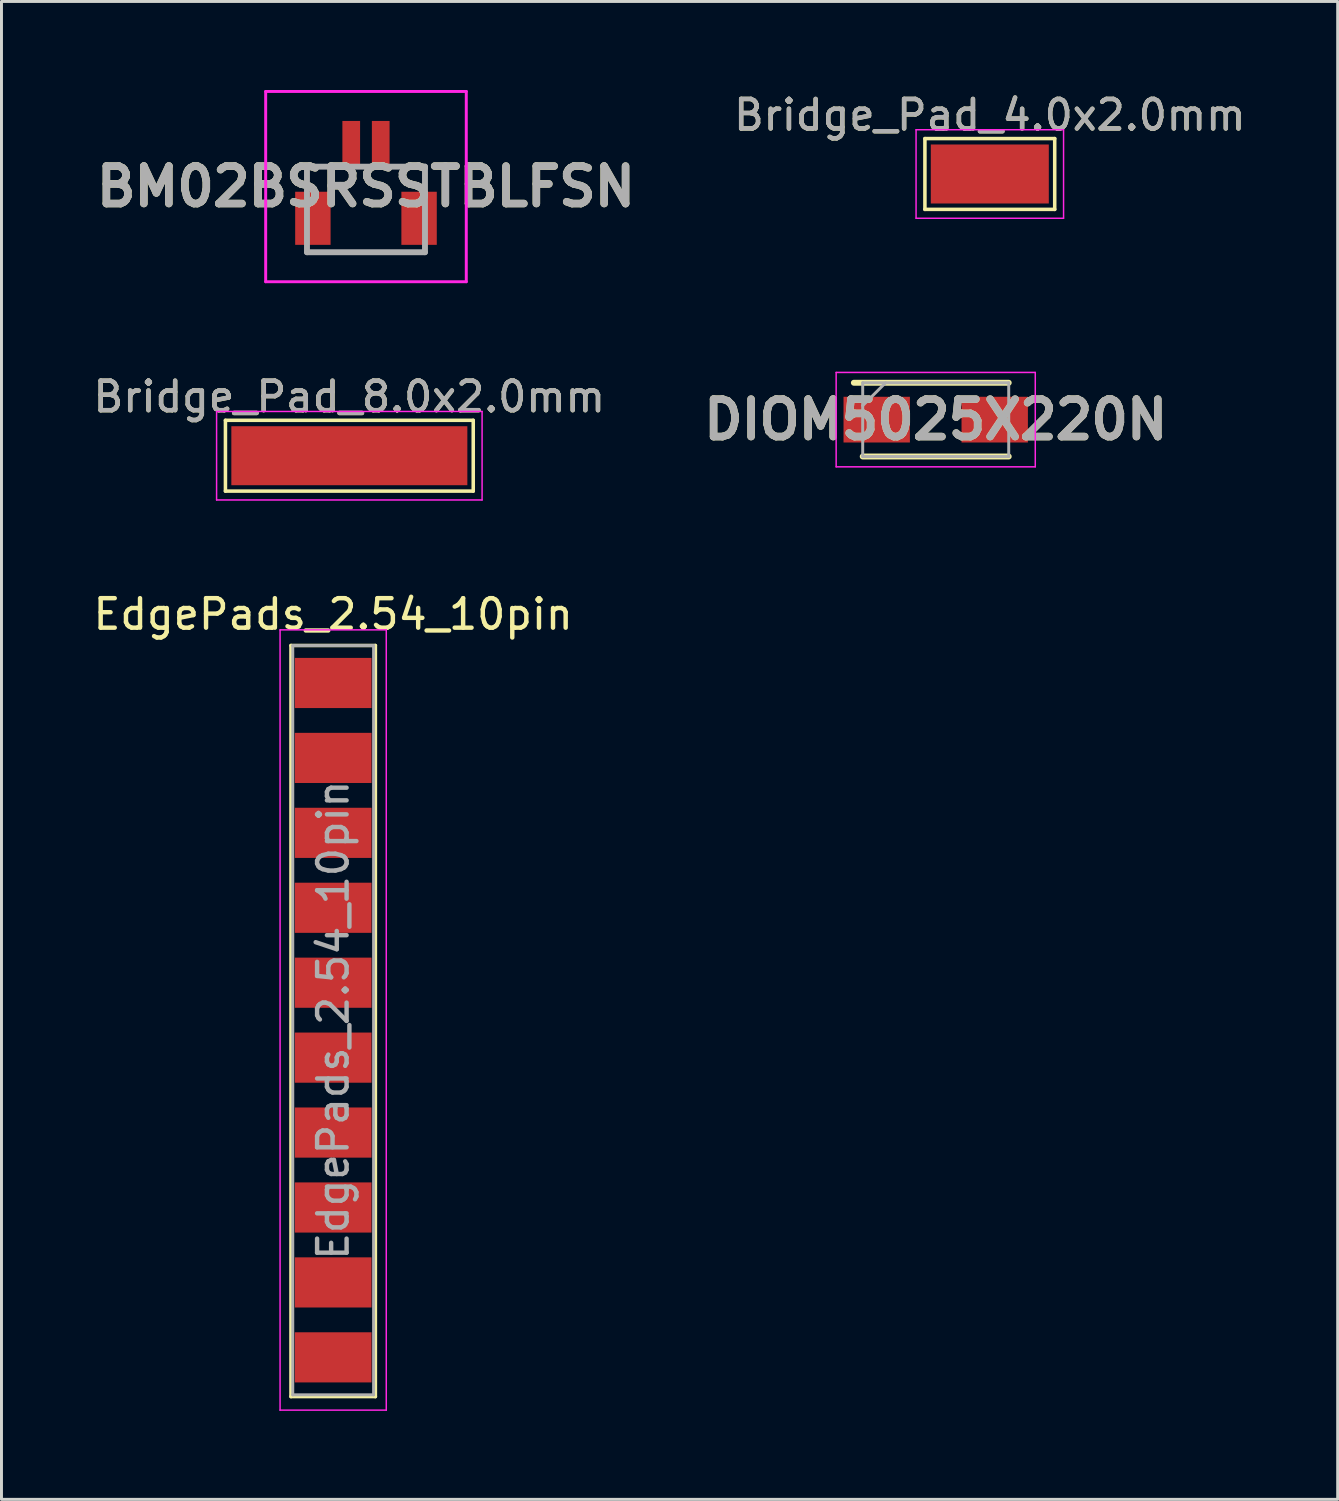
<source format=kicad_pcb>
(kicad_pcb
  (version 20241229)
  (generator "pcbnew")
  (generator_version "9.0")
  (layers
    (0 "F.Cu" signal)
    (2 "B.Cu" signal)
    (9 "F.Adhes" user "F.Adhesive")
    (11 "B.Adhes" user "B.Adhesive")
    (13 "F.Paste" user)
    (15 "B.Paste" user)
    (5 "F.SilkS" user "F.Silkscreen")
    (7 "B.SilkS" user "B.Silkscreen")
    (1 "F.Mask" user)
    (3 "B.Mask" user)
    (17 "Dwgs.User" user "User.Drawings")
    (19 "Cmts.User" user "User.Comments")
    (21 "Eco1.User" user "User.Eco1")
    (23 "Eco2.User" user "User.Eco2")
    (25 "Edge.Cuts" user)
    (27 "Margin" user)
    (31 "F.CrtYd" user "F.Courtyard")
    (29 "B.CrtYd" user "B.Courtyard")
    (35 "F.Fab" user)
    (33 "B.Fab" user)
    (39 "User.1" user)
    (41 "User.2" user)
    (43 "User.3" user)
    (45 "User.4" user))
  (footprint "DIOM5025X220N"
    (layer "F.Cu")
    (at 28.669 11.175)
    (property "Reference" "DIOM5025X220N" (at 0 0 0) (layer "F.SilkS") (effects (font (size 1.27 1.27) (thickness 0.254))))
    (attr smd)
    (fp_line (start -2.475 1.25) (end 2.475 1.25) (stroke (width 0.2) (type solid)) (layer "F.SilkS"))
    (fp_line (start 2.475 -1.25) (end -2.775 -1.25) (stroke (width 0.2) (type solid)) (layer "F.SilkS"))
    (fp_line (start -3.375 -1.6) (end 3.375 -1.6) (stroke (width 0.05) (type solid)) (layer "F.CrtYd"))
    (fp_line (start -3.375 1.6) (end -3.375 -1.6) (stroke (width 0.05) (type solid)) (layer "F.CrtYd"))
    (fp_line (start 3.375 -1.6) (end 3.375 1.6) (stroke (width 0.05) (type solid)) (layer "F.CrtYd"))
    (fp_line (start 3.375 1.6) (end -3.375 1.6) (stroke (width 0.05) (type solid)) (layer "F.CrtYd"))
    (fp_line (start -2.475 -1.25) (end 2.475 -1.25) (stroke (width 0.1) (type solid)) (layer "F.Fab"))
    (fp_line (start -2.475 -0.475) (end -1.7 -1.25) (stroke (width 0.1) (type solid)) (layer "F.Fab"))
    (fp_line (start -2.475 1.25) (end -2.475 -1.25) (stroke (width 0.1) (type solid)) (layer "F.Fab"))
    (fp_line (start 2.475 -1.25) (end 2.475 1.25) (stroke (width 0.1) (type solid)) (layer "F.Fab"))
    (fp_line (start 2.475 1.25) (end -2.475 1.25) (stroke (width 0.1) (type solid)) (layer "F.Fab"))
    (fp_text user "${REFERENCE}" (at 0 0 0) (layer "F.Fab") (effects (font (size 1.27 1.27) (thickness 0.254))))
    (pad "1" smd rect (at -2 0 90) (size 1.55 2.25) (layers "F.Cu" "F.Mask" "F.Paste"))
    (pad "2" smd rect (at 2 0 90) (size 1.55 2.25) (layers "F.Cu" "F.Mask" "F.Paste")))
  (footprint "EdgePads_2.54_10pin"
    (layer "F.Cu")
    (at 8.244 20.102)
    (property "Reference" "EdgePads_2.54_10pin" (at 0 -2.33 0) (layer "F.SilkS") (effects (font (size 1 1) (thickness 0.15))))
    (attr through_hole)
    (fp_line (start -1.43 -1.27) (end -1.43 24.19) (stroke (width 0.12) (type solid)) (layer "F.SilkS"))
    (fp_line (start -1.43 -1.27) (end 1.43 -1.27) (stroke (width 0.12) (type solid)) (layer "F.SilkS"))
    (fp_line (start -1.43 24.19) (end 1.43 24.19) (stroke (width 0.12) (type solid)) (layer "F.SilkS"))
    (fp_line (start 1.43 -1.27) (end 1.43 24.19) (stroke (width 0.12) (type solid)) (layer "F.SilkS"))
    (fp_line (start -1.8 -1.8) (end -1.8 24.65) (stroke (width 0.05) (type solid)) (layer "F.CrtYd"))
    (fp_line (start -1.8 24.65) (end 1.8 24.65) (stroke (width 0.05) (type solid)) (layer "F.CrtYd"))
    (fp_line (start 1.8 -1.8) (end -1.8 -1.8) (stroke (width 0.05) (type solid)) (layer "F.CrtYd"))
    (fp_line (start 1.8 24.65) (end 1.8 -1.8) (stroke (width 0.05) (type solid)) (layer "F.CrtYd"))
    (fp_line (start -1.37 -1.27) (end 1.37 -1.27) (stroke (width 0.1) (type solid)) (layer "F.Fab"))
    (fp_line (start -1.37 24.13) (end -1.37 -1.27) (stroke (width 0.1) (type solid)) (layer "F.Fab"))
    (fp_line (start 1.37 -1.27) (end 1.37 24.13) (stroke (width 0.1) (type solid)) (layer "F.Fab"))
    (fp_line (start 1.37 24.13) (end -1.37 24.13) (stroke (width 0.1) (type solid)) (layer "F.Fab"))
    (fp_text user "${REFERENCE}" (at 0 11.43 90) (layer "F.Fab") (effects (font (size 1 1) (thickness 0.15))))
    (pad "1" connect rect (at 0 0) (size 2.6 1.7) (layers "F.Cu" "F.Mask"))
    (pad "2" connect rect (at 0 2.54) (size 2.6 1.7) (layers "F.Cu" "F.Mask"))
    (pad "3" connect rect (at 0 5.08) (size 2.6 1.7) (layers "F.Cu" "F.Mask"))
    (pad "4" connect rect (at 0 7.62) (size 2.6 1.7) (layers "F.Cu" "F.Mask"))
    (pad "5" connect rect (at 0 10.16) (size 2.6 1.7) (layers "F.Cu" "F.Mask"))
    (pad "6" connect rect (at 0 12.7) (size 2.6 1.7) (layers "F.Cu" "F.Mask"))
    (pad "7" connect rect (at 0 15.24) (size 2.6 1.7) (layers "F.Cu" "F.Mask"))
    (pad "8" connect rect (at 0 17.78) (size 2.6 1.7) (layers "F.Cu" "F.Mask"))
    (pad "9" connect rect (at 0 20.32) (size 2.6 1.7) (layers "F.Cu" "F.Mask"))
    (pad "10" connect rect (at 0 22.86) (size 2.6 1.7) (layers "F.Cu" "F.Mask")))
  (footprint "Bridge_Pad_4.0x2.0mm"
    (layer "F.Cu")
    (at 30.503 2.848)
    (property "Reference" "Bridge_Pad_4.0x2.0mm" (at 0 -1.998 0) (layer "F.SilkS") (effects (font (size 1 1) (thickness 0.15))))
    (attr exclude_from_pos_files exclude_from_bom)
    (fp_line (start -2.2 -1.2) (end 2.2 -1.2) (stroke (width 0.12) (type solid)) (layer "F.SilkS"))
    (fp_line (start -2.2 1.2) (end -2.2 -1.2) (stroke (width 0.12) (type solid)) (layer "F.SilkS"))
    (fp_line (start 2.2 -1.2) (end 2.2 1.2) (stroke (width 0.12) (type solid)) (layer "F.SilkS"))
    (fp_line (start 2.2 1.2) (end -2.2 1.2) (stroke (width 0.12) (type solid)) (layer "F.SilkS"))
    (fp_line (start -2.5 -1.5) (end -2.5 1.5) (stroke (width 0.05) (type solid)) (layer "F.CrtYd"))
    (fp_line (start -2.5 -1.5) (end 2.5 -1.5) (stroke (width 0.05) (type solid)) (layer "F.CrtYd"))
    (fp_line (start 2.5 1.5) (end -2.5 1.5) (stroke (width 0.05) (type solid)) (layer "F.CrtYd"))
    (fp_line (start 2.5 1.5) (end 2.5 -1.5) (stroke (width 0.05) (type solid)) (layer "F.CrtYd"))
    (fp_text user "${REFERENCE}" (at 0 -2 0) (layer "F.Fab") (effects (font (size 1 1) (thickness 0.15))))
    (pad "1" smd rect (at 0 0) (size 4 2) (layers "F.Cu" "F.Mask")))
  (footprint "Bridge_Pad_8.0x2.0mm"
    (layer "F.Cu")
    (at 8.792 12.398)
    (property "Reference" "Bridge_Pad_8.0x2.0mm" (at 0 -1.998 0) (layer "F.SilkS") (effects (font (size 1 1) (thickness 0.15))))
    (attr exclude_from_pos_files exclude_from_bom)
    (fp_line (start -4.2 -1.2) (end 4.2 -1.2) (stroke (width 0.12) (type solid)) (layer "F.SilkS"))
    (fp_line (start -4.2 1.2) (end -4.2 -1.2) (stroke (width 0.12) (type solid)) (layer "F.SilkS"))
    (fp_line (start 4.2 -1.2) (end 4.2 1.2) (stroke (width 0.12) (type solid)) (layer "F.SilkS"))
    (fp_line (start 4.2 1.2) (end -4.2 1.2) (stroke (width 0.12) (type solid)) (layer "F.SilkS"))
    (fp_line (start -4.5 -1.5) (end -4.5 1.5) (stroke (width 0.05) (type solid)) (layer "F.CrtYd"))
    (fp_line (start -4.5 -1.5) (end 4.5 -1.5) (stroke (width 0.05) (type solid)) (layer "F.CrtYd"))
    (fp_line (start 4.5 1.5) (end -4.5 1.5) (stroke (width 0.05) (type solid)) (layer "F.CrtYd"))
    (fp_line (start 4.5 1.5) (end 4.5 -1.5) (stroke (width 0.05) (type solid)) (layer "F.CrtYd"))
    (fp_text user "${REFERENCE}" (at 0 -2 0) (layer "F.Fab") (effects (font (size 1 1) (thickness 0.15))))
    (pad "1" smd rect (at 0 0) (size 8 2) (layers "F.Cu" "F.Mask")))
  (footprint "BM02BSRSSTBLFSN"
    (layer "F.Cu")
    (at 9.356 3.662)
    (property "Reference" "BM02BSRSSTBLFSN" (at 0 -0.387 0) (layer "F.SilkS") (effects (font (size 1.27 1.27) (thickness 0.254))))
    (attr smd)
    (fp_line (start -2 -1.062) (end -2 -0.437) (stroke (width 0.1) (type solid)) (layer "F.SilkS"))
    (fp_line (start -1.3 -1.062) (end -2 -1.062) (stroke (width 0.1) (type solid)) (layer "F.SilkS"))
    (fp_line (start -0.7 1.838) (end 0.9 1.838) (stroke (width 0.1) (type solid)) (layer "F.SilkS"))
    (fp_line (start 1.3 -1.062) (end 2 -1.062) (stroke (width 0.1) (type solid)) (layer "F.SilkS"))
    (fp_line (start 2 -1.062) (end 2 -0.437) (stroke (width 0.1) (type solid)) (layer "F.SilkS"))
    (fp_line (start -3.4 -3.612) (end 3.4 -3.612) (stroke (width 0.1) (type solid)) (layer "F.CrtYd"))
    (fp_line (start -3.4 2.838) (end -3.4 -3.612) (stroke (width 0.1) (type solid)) (layer "F.CrtYd"))
    (fp_line (start 3.4 -3.612) (end 3.4 2.838) (stroke (width 0.1) (type solid)) (layer "F.CrtYd"))
    (fp_line (start 3.4 2.838) (end -3.4 2.838) (stroke (width 0.1) (type solid)) (layer "F.CrtYd"))
    (fp_line (start -2 -1.062) (end 2 -1.062) (stroke (width 0.2) (type solid)) (layer "F.Fab"))
    (fp_line (start -2 1.838) (end -2 -1.062) (stroke (width 0.2) (type solid)) (layer "F.Fab"))
    (fp_line (start 2 -1.062) (end 2 1.838) (stroke (width 0.2) (type solid)) (layer "F.Fab"))
    (fp_line (start 2 1.838) (end -2 1.838) (stroke (width 0.2) (type solid)) (layer "F.Fab"))
    (fp_text user "${REFERENCE}" (at 0 -0.387 0) (layer "F.Fab") (effects (font (size 1.27 1.27) (thickness 0.254))))
    (pad "1" smd rect (at -0.5 -1.837) (size 0.6 1.55) (layers "F.Cu" "F.Mask" "F.Paste"))
    (pad "2" smd rect (at 0.5 -1.837) (size 0.6 1.55) (layers "F.Cu" "F.Mask" "F.Paste"))
    (pad "MP1" smd rect (at -1.8 0.688) (size 1.2 1.8) (layers "F.Cu" "F.Mask" "F.Paste"))
    (pad "MP2" smd rect (at 1.8 0.688) (size 1.2 1.8) (layers "F.Cu" "F.Mask" "F.Paste")))
  (gr_rect
    (start -3 -3)
    (end 42.295 47.776)
    (stroke (width 0.1) (type default))
    (fill no)
    (layer "Edge.Cuts")))
</source>
